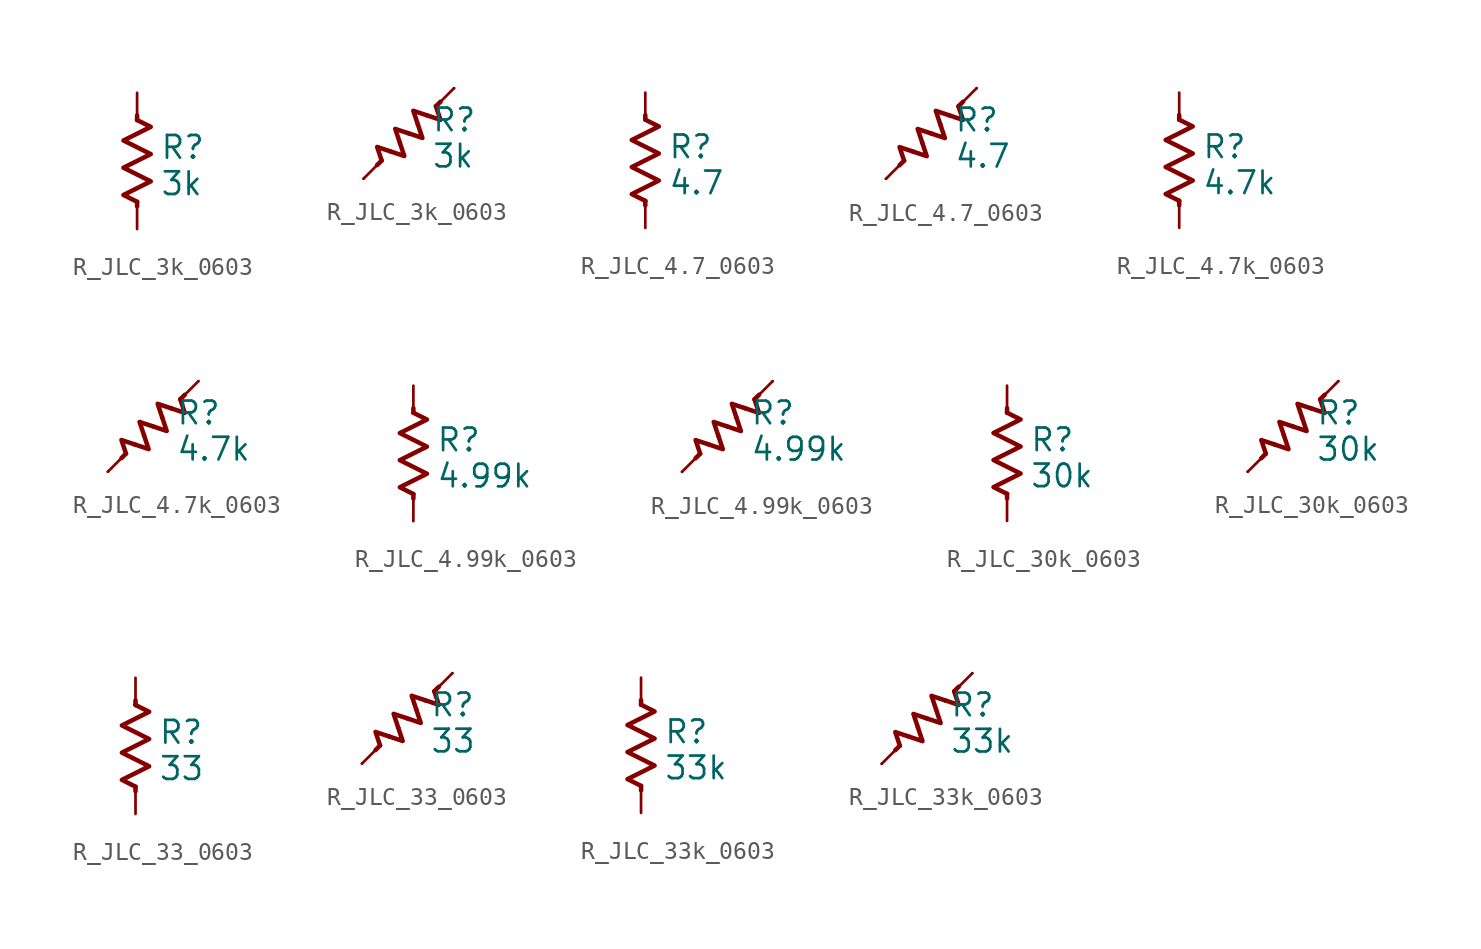
<source format=kicad_sym>
(kicad_symbol_lib
  (version 20231120)
  (generator "kicad_symbol_editor")
  (generator_version "8.0")
  (symbol "R_JLC_3k_0603"
    (pin_numbers hide)
    (pin_names
      (offset 0))
    (property "Reference" "R"
      (at 1.27 0.762 0)
      (effects (font (size 1.27 1.27)) (justify left)))
    (property "Value" "3k"
      (at 1.27 -1.27 0)
      (effects (font (size 1.27 1.27)) (justify left)))
    (symbol "R_JLC_3k_0603_0_1"
      (polyline (pts (xy 0 -2.286) (xy 0 -2.54)) (stroke (width 0.254) (type default)) (fill (type none)))
      (polyline (pts (xy 0 2.286) (xy 0 2.54)) (stroke (width 0.254) (type default)) (fill (type none)))
      (polyline (pts (xy 0 2.286) (xy 0.762 1.905) (xy -0.762 1.143) (xy 0 0.762) (xy 0.762 0.381) (xy 0 0) (xy -0.762 -0.381) (xy 0 -0.762) (xy 0.762 -1.143) (xy 0 -1.524) (xy -0.762 -1.905) (xy 0 -2.286)) (stroke (width 0.254) (type default)) (fill (type none))))
    (symbol "R_JLC_3k_0603_0_2"
      (polyline (pts (xy -2.54 -2.54) (xy -1.778 -1.778)) (stroke (width 0) (type default)) (fill (type none)))
      (polyline (pts (xy -1.778 -1.778) (xy -1.524 -1.524)) (stroke (width 0.254) (type default)) (fill (type none)))
      (polyline (pts (xy 1.778 1.778) (xy 1.524 1.524)) (stroke (width 0.254) (type default)) (fill (type none)))
      (polyline (pts (xy 1.778 1.778) (xy 2.54 2.54)) (stroke (width 0) (type default)) (fill (type none)))
      (polyline (pts (xy -1.524 -1.524) (xy -1.778 -0.762) (xy -1.016 -1.016)) (stroke (width 0.254) (type default)) (fill (type none)))
      (polyline (pts (xy -0.508 -0.508) (xy -0.762 0.254) (xy 0 0)) (stroke (width 0.254) (type default)) (fill (type none)))
      (polyline (pts (xy -0.508 -0.508) (xy -0.254 -1.27) (xy -1.016 -1.016)) (stroke (width 0.254) (type default)) (fill (type none)))
      (polyline (pts (xy 0.508 0.508) (xy 0.254 1.27) (xy 1.016 1.016)) (stroke (width 0.254) (type default)) (fill (type none)))
      (polyline (pts (xy 0.508 0.508) (xy 0.762 -0.254) (xy 0 0)) (stroke (width 0.254) (type default)) (fill (type none)))
      (polyline (pts (xy 1.524 1.524) (xy 1.778 0.762) (xy 1.016 1.016)) (stroke (width 0.254) (type default)) (fill (type none))))
    (symbol "R_JLC_3k_0603_1_1"
      (pin passive line (at 0 3.81 270) (length 1.27) (name "~" (effects (font (size 1.27 1.27)))) (number "1" (effects (font (size 1.27 1.27)))))
      (pin passive line (at 0 -3.81 90) (length 1.27) (name "~" (effects (font (size 1.27 1.27)))) (number "2" (effects (font (size 1.27 1.27))))))
    (symbol "R_JLC_3k_0603_1_2"
      (pin passive line (at 2.54 2.54 180) (length 0) (name "" (effects (font (size 1.27 1.27)))) (number "1" (effects (font (size 1.27 1.27)))))
      (pin passive line (at -2.54 -2.54 0) (length 0) (name "" (effects (font (size 1.27 1.27)))) (number "2" (effects (font (size 1.27 1.27)))))))
  (symbol "R_JLC_4.7_0603"
    (pin_numbers hide)
    (pin_names
      (offset 0))
    (property "Reference" "R"
      (at 1.27 0.762 0)
      (effects (font (size 1.27 1.27)) (justify left)))
    (property "Value" "4.7"
      (at 1.27 -1.27 0)
      (effects (font (size 1.27 1.27)) (justify left)))
    (symbol "R_JLC_4.7_0603_0_1"
      (polyline (pts (xy 0 -2.286) (xy 0 -2.54)) (stroke (width 0.254) (type default)) (fill (type none)))
      (polyline (pts (xy 0 2.286) (xy 0 2.54)) (stroke (width 0.254) (type default)) (fill (type none)))
      (polyline (pts (xy 0 2.286) (xy 0.762 1.905) (xy -0.762 1.143) (xy 0 0.762) (xy 0.762 0.381) (xy 0 0) (xy -0.762 -0.381) (xy 0 -0.762) (xy 0.762 -1.143) (xy 0 -1.524) (xy -0.762 -1.905) (xy 0 -2.286)) (stroke (width 0.254) (type default)) (fill (type none))))
    (symbol "R_JLC_4.7_0603_0_2"
      (polyline (pts (xy -2.54 -2.54) (xy -1.778 -1.778)) (stroke (width 0) (type default)) (fill (type none)))
      (polyline (pts (xy -1.778 -1.778) (xy -1.524 -1.524)) (stroke (width 0.254) (type default)) (fill (type none)))
      (polyline (pts (xy 1.778 1.778) (xy 1.524 1.524)) (stroke (width 0.254) (type default)) (fill (type none)))
      (polyline (pts (xy 1.778 1.778) (xy 2.54 2.54)) (stroke (width 0) (type default)) (fill (type none)))
      (polyline (pts (xy -1.524 -1.524) (xy -1.778 -0.762) (xy -1.016 -1.016)) (stroke (width 0.254) (type default)) (fill (type none)))
      (polyline (pts (xy -0.508 -0.508) (xy -0.762 0.254) (xy 0 0)) (stroke (width 0.254) (type default)) (fill (type none)))
      (polyline (pts (xy -0.508 -0.508) (xy -0.254 -1.27) (xy -1.016 -1.016)) (stroke (width 0.254) (type default)) (fill (type none)))
      (polyline (pts (xy 0.508 0.508) (xy 0.254 1.27) (xy 1.016 1.016)) (stroke (width 0.254) (type default)) (fill (type none)))
      (polyline (pts (xy 0.508 0.508) (xy 0.762 -0.254) (xy 0 0)) (stroke (width 0.254) (type default)) (fill (type none)))
      (polyline (pts (xy 1.524 1.524) (xy 1.778 0.762) (xy 1.016 1.016)) (stroke (width 0.254) (type default)) (fill (type none))))
    (symbol "R_JLC_4.7_0603_1_1"
      (pin passive line (at 0 3.81 270) (length 1.27) (name "~" (effects (font (size 1.27 1.27)))) (number "1" (effects (font (size 1.27 1.27)))))
      (pin passive line (at 0 -3.81 90) (length 1.27) (name "~" (effects (font (size 1.27 1.27)))) (number "2" (effects (font (size 1.27 1.27))))))
    (symbol "R_JLC_4.7_0603_1_2"
      (pin passive line (at 2.54 2.54 180) (length 0) (name "" (effects (font (size 1.27 1.27)))) (number "1" (effects (font (size 1.27 1.27)))))
      (pin passive line (at -2.54 -2.54 0) (length 0) (name "" (effects (font (size 1.27 1.27)))) (number "2" (effects (font (size 1.27 1.27)))))))
  (symbol "R_JLC_4.7k_0603"
    (pin_numbers hide)
    (pin_names
      (offset 0))
    (property "Reference" "R"
      (at 1.27 0.762 0)
      (effects (font (size 1.27 1.27)) (justify left)))
    (property "Value" "4.7k"
      (at 1.27 -1.27 0)
      (effects (font (size 1.27 1.27)) (justify left)))
    (symbol "R_JLC_4.7k_0603_0_1"
      (polyline (pts (xy 0 -2.286) (xy 0 -2.54)) (stroke (width 0.254) (type default)) (fill (type none)))
      (polyline (pts (xy 0 2.286) (xy 0 2.54)) (stroke (width 0.254) (type default)) (fill (type none)))
      (polyline (pts (xy 0 2.286) (xy 0.762 1.905) (xy -0.762 1.143) (xy 0 0.762) (xy 0.762 0.381) (xy 0 0) (xy -0.762 -0.381) (xy 0 -0.762) (xy 0.762 -1.143) (xy 0 -1.524) (xy -0.762 -1.905) (xy 0 -2.286)) (stroke (width 0.254) (type default)) (fill (type none))))
    (symbol "R_JLC_4.7k_0603_0_2"
      (polyline (pts (xy -2.54 -2.54) (xy -1.778 -1.778)) (stroke (width 0) (type default)) (fill (type none)))
      (polyline (pts (xy -1.778 -1.778) (xy -1.524 -1.524)) (stroke (width 0.254) (type default)) (fill (type none)))
      (polyline (pts (xy 1.778 1.778) (xy 1.524 1.524)) (stroke (width 0.254) (type default)) (fill (type none)))
      (polyline (pts (xy 1.778 1.778) (xy 2.54 2.54)) (stroke (width 0) (type default)) (fill (type none)))
      (polyline (pts (xy -1.524 -1.524) (xy -1.778 -0.762) (xy -1.016 -1.016)) (stroke (width 0.254) (type default)) (fill (type none)))
      (polyline (pts (xy -0.508 -0.508) (xy -0.762 0.254) (xy 0 0)) (stroke (width 0.254) (type default)) (fill (type none)))
      (polyline (pts (xy -0.508 -0.508) (xy -0.254 -1.27) (xy -1.016 -1.016)) (stroke (width 0.254) (type default)) (fill (type none)))
      (polyline (pts (xy 0.508 0.508) (xy 0.254 1.27) (xy 1.016 1.016)) (stroke (width 0.254) (type default)) (fill (type none)))
      (polyline (pts (xy 0.508 0.508) (xy 0.762 -0.254) (xy 0 0)) (stroke (width 0.254) (type default)) (fill (type none)))
      (polyline (pts (xy 1.524 1.524) (xy 1.778 0.762) (xy 1.016 1.016)) (stroke (width 0.254) (type default)) (fill (type none))))
    (symbol "R_JLC_4.7k_0603_1_1"
      (pin passive line (at 0 3.81 270) (length 1.27) (name "~" (effects (font (size 1.27 1.27)))) (number "1" (effects (font (size 1.27 1.27)))))
      (pin passive line (at 0 -3.81 90) (length 1.27) (name "~" (effects (font (size 1.27 1.27)))) (number "2" (effects (font (size 1.27 1.27))))))
    (symbol "R_JLC_4.7k_0603_1_2"
      (pin passive line (at 2.54 2.54 180) (length 0) (name "" (effects (font (size 1.27 1.27)))) (number "1" (effects (font (size 1.27 1.27)))))
      (pin passive line (at -2.54 -2.54 0) (length 0) (name "" (effects (font (size 1.27 1.27)))) (number "2" (effects (font (size 1.27 1.27)))))))
  (symbol "R_JLC_4.99k_0603"
    (pin_numbers hide)
    (pin_names
      (offset 0))
    (property "Reference" "R"
      (at 1.27 0.762 0)
      (effects (font (size 1.27 1.27)) (justify left)))
    (property "Value" "4.99k"
      (at 1.27 -1.27 0)
      (effects (font (size 1.27 1.27)) (justify left)))
    (symbol "R_JLC_4.99k_0603_0_1"
      (polyline (pts (xy 0 -2.286) (xy 0 -2.54)) (stroke (width 0.254) (type default)) (fill (type none)))
      (polyline (pts (xy 0 2.286) (xy 0 2.54)) (stroke (width 0.254) (type default)) (fill (type none)))
      (polyline (pts (xy 0 2.286) (xy 0.762 1.905) (xy -0.762 1.143) (xy 0 0.762) (xy 0.762 0.381) (xy 0 0) (xy -0.762 -0.381) (xy 0 -0.762) (xy 0.762 -1.143) (xy 0 -1.524) (xy -0.762 -1.905) (xy 0 -2.286)) (stroke (width 0.254) (type default)) (fill (type none))))
    (symbol "R_JLC_4.99k_0603_0_2"
      (polyline (pts (xy -2.54 -2.54) (xy -1.778 -1.778)) (stroke (width 0) (type default)) (fill (type none)))
      (polyline (pts (xy -1.778 -1.778) (xy -1.524 -1.524)) (stroke (width 0.254) (type default)) (fill (type none)))
      (polyline (pts (xy 1.778 1.778) (xy 1.524 1.524)) (stroke (width 0.254) (type default)) (fill (type none)))
      (polyline (pts (xy 1.778 1.778) (xy 2.54 2.54)) (stroke (width 0) (type default)) (fill (type none)))
      (polyline (pts (xy -1.524 -1.524) (xy -1.778 -0.762) (xy -1.016 -1.016)) (stroke (width 0.254) (type default)) (fill (type none)))
      (polyline (pts (xy -0.508 -0.508) (xy -0.762 0.254) (xy 0 0)) (stroke (width 0.254) (type default)) (fill (type none)))
      (polyline (pts (xy -0.508 -0.508) (xy -0.254 -1.27) (xy -1.016 -1.016)) (stroke (width 0.254) (type default)) (fill (type none)))
      (polyline (pts (xy 0.508 0.508) (xy 0.254 1.27) (xy 1.016 1.016)) (stroke (width 0.254) (type default)) (fill (type none)))
      (polyline (pts (xy 0.508 0.508) (xy 0.762 -0.254) (xy 0 0)) (stroke (width 0.254) (type default)) (fill (type none)))
      (polyline (pts (xy 1.524 1.524) (xy 1.778 0.762) (xy 1.016 1.016)) (stroke (width 0.254) (type default)) (fill (type none))))
    (symbol "R_JLC_4.99k_0603_1_1"
      (pin passive line (at 0 3.81 270) (length 1.27) (name "~" (effects (font (size 1.27 1.27)))) (number "1" (effects (font (size 1.27 1.27)))))
      (pin passive line (at 0 -3.81 90) (length 1.27) (name "~" (effects (font (size 1.27 1.27)))) (number "2" (effects (font (size 1.27 1.27))))))
    (symbol "R_JLC_4.99k_0603_1_2"
      (pin passive line (at 2.54 2.54 180) (length 0) (name "" (effects (font (size 1.27 1.27)))) (number "1" (effects (font (size 1.27 1.27)))))
      (pin passive line (at -2.54 -2.54 0) (length 0) (name "" (effects (font (size 1.27 1.27)))) (number "2" (effects (font (size 1.27 1.27)))))))
  (symbol "R_JLC_30k_0603"
    (pin_numbers hide)
    (pin_names
      (offset 0))
    (property "Reference" "R"
      (at 1.27 0.762 0)
      (effects (font (size 1.27 1.27)) (justify left)))
    (property "Value" "30k"
      (at 1.27 -1.27 0)
      (effects (font (size 1.27 1.27)) (justify left)))
    (symbol "R_JLC_30k_0603_0_1"
      (polyline (pts (xy 0 -2.286) (xy 0 -2.54)) (stroke (width 0.254) (type default)) (fill (type none)))
      (polyline (pts (xy 0 2.286) (xy 0 2.54)) (stroke (width 0.254) (type default)) (fill (type none)))
      (polyline (pts (xy 0 2.286) (xy 0.762 1.905) (xy -0.762 1.143) (xy 0 0.762) (xy 0.762 0.381) (xy 0 0) (xy -0.762 -0.381) (xy 0 -0.762) (xy 0.762 -1.143) (xy 0 -1.524) (xy -0.762 -1.905) (xy 0 -2.286)) (stroke (width 0.254) (type default)) (fill (type none))))
    (symbol "R_JLC_30k_0603_0_2"
      (polyline (pts (xy -2.54 -2.54) (xy -1.778 -1.778)) (stroke (width 0) (type default)) (fill (type none)))
      (polyline (pts (xy -1.778 -1.778) (xy -1.524 -1.524)) (stroke (width 0.254) (type default)) (fill (type none)))
      (polyline (pts (xy 1.778 1.778) (xy 1.524 1.524)) (stroke (width 0.254) (type default)) (fill (type none)))
      (polyline (pts (xy 1.778 1.778) (xy 2.54 2.54)) (stroke (width 0) (type default)) (fill (type none)))
      (polyline (pts (xy -1.524 -1.524) (xy -1.778 -0.762) (xy -1.016 -1.016)) (stroke (width 0.254) (type default)) (fill (type none)))
      (polyline (pts (xy -0.508 -0.508) (xy -0.762 0.254) (xy 0 0)) (stroke (width 0.254) (type default)) (fill (type none)))
      (polyline (pts (xy -0.508 -0.508) (xy -0.254 -1.27) (xy -1.016 -1.016)) (stroke (width 0.254) (type default)) (fill (type none)))
      (polyline (pts (xy 0.508 0.508) (xy 0.254 1.27) (xy 1.016 1.016)) (stroke (width 0.254) (type default)) (fill (type none)))
      (polyline (pts (xy 0.508 0.508) (xy 0.762 -0.254) (xy 0 0)) (stroke (width 0.254) (type default)) (fill (type none)))
      (polyline (pts (xy 1.524 1.524) (xy 1.778 0.762) (xy 1.016 1.016)) (stroke (width 0.254) (type default)) (fill (type none))))
    (symbol "R_JLC_30k_0603_1_1"
      (pin passive line (at 0 3.81 270) (length 1.27) (name "~" (effects (font (size 1.27 1.27)))) (number "1" (effects (font (size 1.27 1.27)))))
      (pin passive line (at 0 -3.81 90) (length 1.27) (name "~" (effects (font (size 1.27 1.27)))) (number "2" (effects (font (size 1.27 1.27))))))
    (symbol "R_JLC_30k_0603_1_2"
      (pin passive line (at 2.54 2.54 180) (length 0) (name "" (effects (font (size 1.27 1.27)))) (number "1" (effects (font (size 1.27 1.27)))))
      (pin passive line (at -2.54 -2.54 0) (length 0) (name "" (effects (font (size 1.27 1.27)))) (number "2" (effects (font (size 1.27 1.27)))))))
  (symbol "R_JLC_33_0603"
    (pin_numbers hide)
    (pin_names
      (offset 0))
    (property "Reference" "R"
      (at 1.27 0.762 0)
      (effects (font (size 1.27 1.27)) (justify left)))
    (property "Value" "33"
      (at 1.27 -1.27 0)
      (effects (font (size 1.27 1.27)) (justify left)))
    (symbol "R_JLC_33_0603_0_1"
      (polyline (pts (xy 0 -2.286) (xy 0 -2.54)) (stroke (width 0.254) (type default)) (fill (type none)))
      (polyline (pts (xy 0 2.286) (xy 0 2.54)) (stroke (width 0.254) (type default)) (fill (type none)))
      (polyline (pts (xy 0 2.286) (xy 0.762 1.905) (xy -0.762 1.143) (xy 0 0.762) (xy 0.762 0.381) (xy 0 0) (xy -0.762 -0.381) (xy 0 -0.762) (xy 0.762 -1.143) (xy 0 -1.524) (xy -0.762 -1.905) (xy 0 -2.286)) (stroke (width 0.254) (type default)) (fill (type none))))
    (symbol "R_JLC_33_0603_0_2"
      (polyline (pts (xy -2.54 -2.54) (xy -1.778 -1.778)) (stroke (width 0) (type default)) (fill (type none)))
      (polyline (pts (xy -1.778 -1.778) (xy -1.524 -1.524)) (stroke (width 0.254) (type default)) (fill (type none)))
      (polyline (pts (xy 1.778 1.778) (xy 1.524 1.524)) (stroke (width 0.254) (type default)) (fill (type none)))
      (polyline (pts (xy 1.778 1.778) (xy 2.54 2.54)) (stroke (width 0) (type default)) (fill (type none)))
      (polyline (pts (xy -1.524 -1.524) (xy -1.778 -0.762) (xy -1.016 -1.016)) (stroke (width 0.254) (type default)) (fill (type none)))
      (polyline (pts (xy -0.508 -0.508) (xy -0.762 0.254) (xy 0 0)) (stroke (width 0.254) (type default)) (fill (type none)))
      (polyline (pts (xy -0.508 -0.508) (xy -0.254 -1.27) (xy -1.016 -1.016)) (stroke (width 0.254) (type default)) (fill (type none)))
      (polyline (pts (xy 0.508 0.508) (xy 0.254 1.27) (xy 1.016 1.016)) (stroke (width 0.254) (type default)) (fill (type none)))
      (polyline (pts (xy 0.508 0.508) (xy 0.762 -0.254) (xy 0 0)) (stroke (width 0.254) (type default)) (fill (type none)))
      (polyline (pts (xy 1.524 1.524) (xy 1.778 0.762) (xy 1.016 1.016)) (stroke (width 0.254) (type default)) (fill (type none))))
    (symbol "R_JLC_33_0603_1_1"
      (pin passive line (at 0 3.81 270) (length 1.27) (name "~" (effects (font (size 1.27 1.27)))) (number "1" (effects (font (size 1.27 1.27)))))
      (pin passive line (at 0 -3.81 90) (length 1.27) (name "~" (effects (font (size 1.27 1.27)))) (number "2" (effects (font (size 1.27 1.27))))))
    (symbol "R_JLC_33_0603_1_2"
      (pin passive line (at 2.54 2.54 180) (length 0) (name "" (effects (font (size 1.27 1.27)))) (number "1" (effects (font (size 1.27 1.27)))))
      (pin passive line (at -2.54 -2.54 0) (length 0) (name "" (effects (font (size 1.27 1.27)))) (number "2" (effects (font (size 1.27 1.27)))))))
  (symbol "R_JLC_33k_0603"
    (pin_numbers hide)
    (pin_names
      (offset 0))
    (property "Reference" "R"
      (at 1.27 0.762 0)
      (effects (font (size 1.27 1.27)) (justify left)))
    (property "Value" "33k"
      (at 1.27 -1.27 0)
      (effects (font (size 1.27 1.27)) (justify left)))
    (symbol "R_JLC_33k_0603_0_1"
      (polyline (pts (xy 0 -2.286) (xy 0 -2.54)) (stroke (width 0.254) (type default)) (fill (type none)))
      (polyline (pts (xy 0 2.286) (xy 0 2.54)) (stroke (width 0.254) (type default)) (fill (type none)))
      (polyline (pts (xy 0 2.286) (xy 0.762 1.905) (xy -0.762 1.143) (xy 0 0.762) (xy 0.762 0.381) (xy 0 0) (xy -0.762 -0.381) (xy 0 -0.762) (xy 0.762 -1.143) (xy 0 -1.524) (xy -0.762 -1.905) (xy 0 -2.286)) (stroke (width 0.254) (type default)) (fill (type none))))
    (symbol "R_JLC_33k_0603_0_2"
      (polyline (pts (xy -2.54 -2.54) (xy -1.778 -1.778)) (stroke (width 0) (type default)) (fill (type none)))
      (polyline (pts (xy -1.778 -1.778) (xy -1.524 -1.524)) (stroke (width 0.254) (type default)) (fill (type none)))
      (polyline (pts (xy 1.778 1.778) (xy 1.524 1.524)) (stroke (width 0.254) (type default)) (fill (type none)))
      (polyline (pts (xy 1.778 1.778) (xy 2.54 2.54)) (stroke (width 0) (type default)) (fill (type none)))
      (polyline (pts (xy -1.524 -1.524) (xy -1.778 -0.762) (xy -1.016 -1.016)) (stroke (width 0.254) (type default)) (fill (type none)))
      (polyline (pts (xy -0.508 -0.508) (xy -0.762 0.254) (xy 0 0)) (stroke (width 0.254) (type default)) (fill (type none)))
      (polyline (pts (xy -0.508 -0.508) (xy -0.254 -1.27) (xy -1.016 -1.016)) (stroke (width 0.254) (type default)) (fill (type none)))
      (polyline (pts (xy 0.508 0.508) (xy 0.254 1.27) (xy 1.016 1.016)) (stroke (width 0.254) (type default)) (fill (type none)))
      (polyline (pts (xy 0.508 0.508) (xy 0.762 -0.254) (xy 0 0)) (stroke (width 0.254) (type default)) (fill (type none)))
      (polyline (pts (xy 1.524 1.524) (xy 1.778 0.762) (xy 1.016 1.016)) (stroke (width 0.254) (type default)) (fill (type none))))
    (symbol "R_JLC_33k_0603_1_1"
      (pin passive line (at 0 3.81 270) (length 1.27) (name "~" (effects (font (size 1.27 1.27)))) (number "1" (effects (font (size 1.27 1.27)))))
      (pin passive line (at 0 -3.81 90) (length 1.27) (name "~" (effects (font (size 1.27 1.27)))) (number "2" (effects (font (size 1.27 1.27))))))
    (symbol "R_JLC_33k_0603_1_2"
      (pin passive line (at 2.54 2.54 180) (length 0) (name "" (effects (font (size 1.27 1.27)))) (number "1" (effects (font (size 1.27 1.27)))))
      (pin passive line (at -2.54 -2.54 0) (length 0) (name "" (effects (font (size 1.27 1.27)))) (number "2" (effects (font (size 1.27 1.27))))))))
</source>
